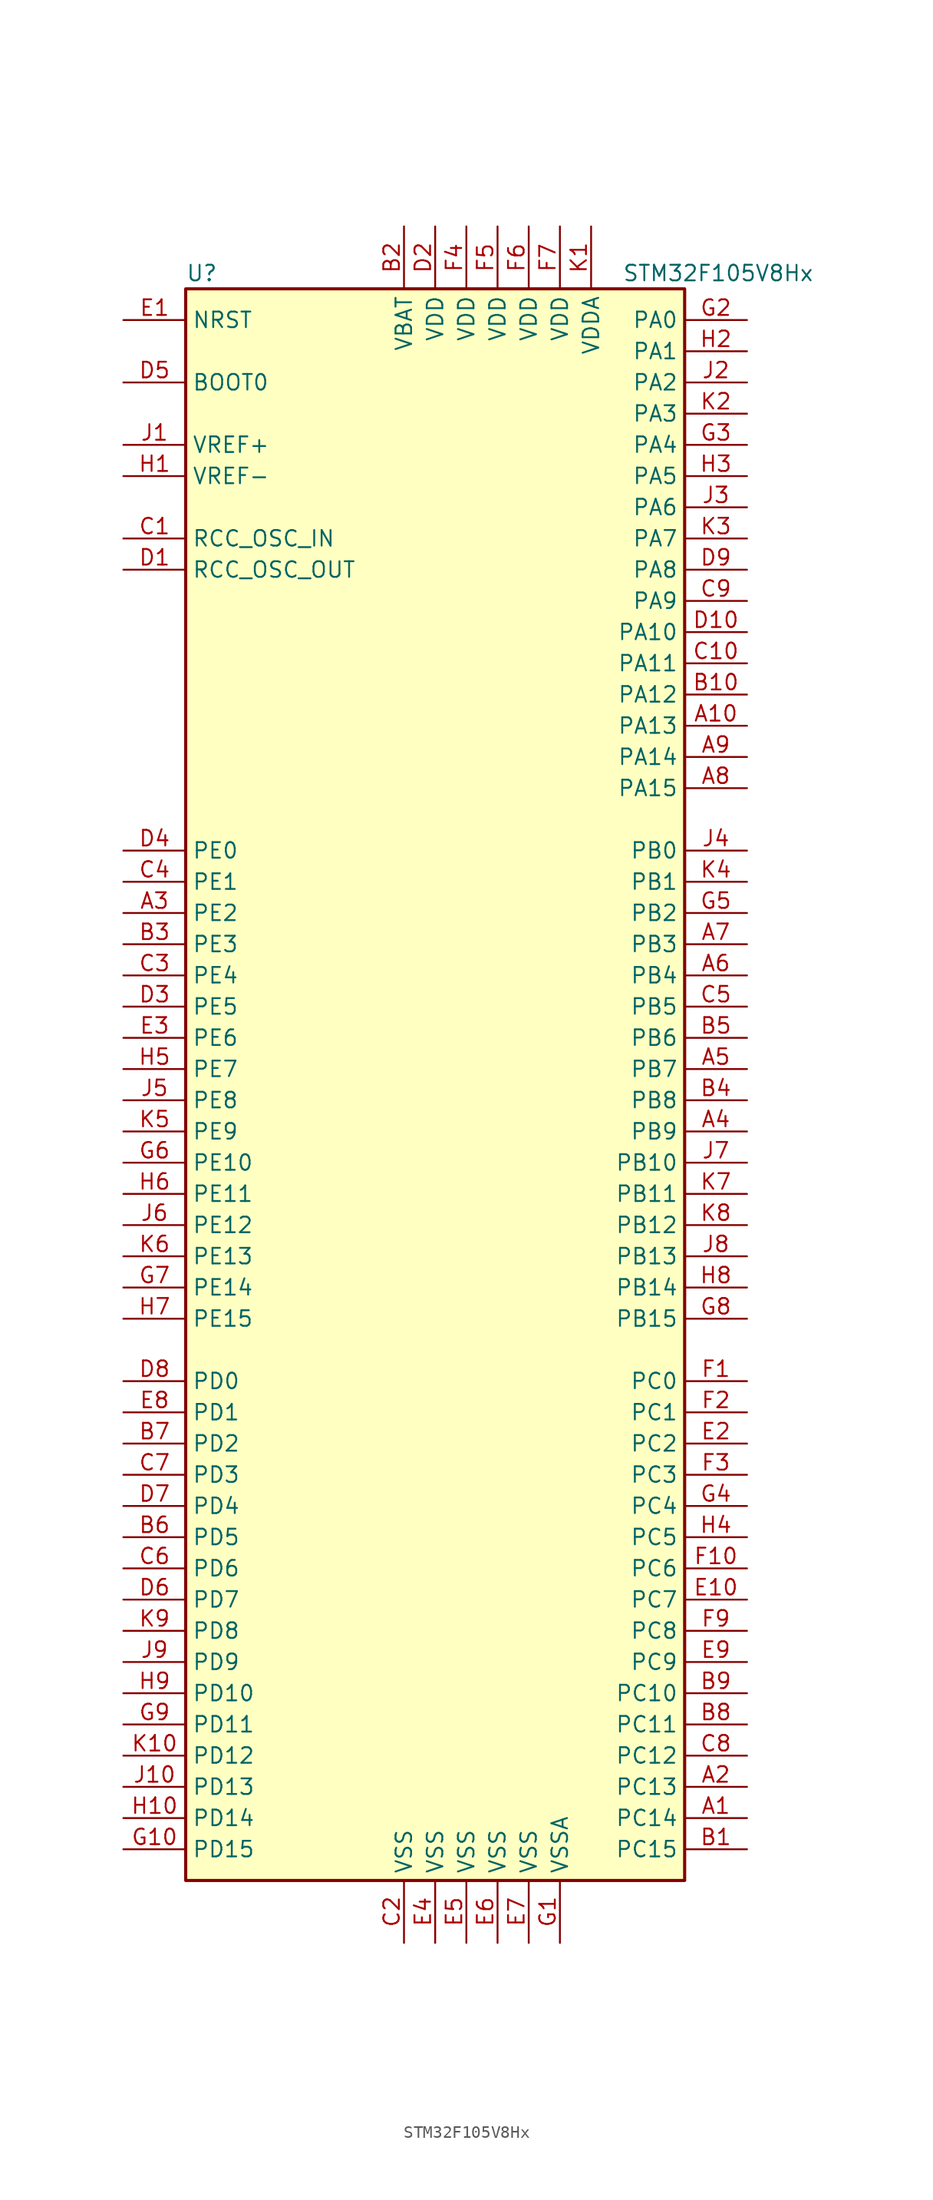
<source format=kicad_sym>
(kicad_symbol_lib
  (version 20201005)
  (generator kicad_symbol_editor)
  (symbol "STM32F105V8Hx"
    (property "Reference" "U"
      (at -20.32 64.77 0)
      (effects (font (size 1.27 1.27)) (justify left)))
    (property "Value" "STM32F105V8Hx"
      (at 15.24 64.77 0)
      (effects (font (size 1.27 1.27)) (justify left)))
    (symbol "STM32F105V8Hx_0_1"
      (rectangle (start -20.32 -66.04) (end 20.32 63.5) (stroke (width 0.254)) (fill (type background))))
    (symbol "STM32F105V8Hx_1_1"
      (pin input line (at -25.4 55.88 0) (length 5.08) (name "BOOT0" (effects (font (size 1.27 1.27)))) (number "D5" (effects (font (size 1.27 1.27)))))
      (pin no_connect line (at -20.32 -63.5 0) (length 5.08) hide (name "NC" (effects (font (size 1.27 1.27)))) (number "F8" (effects (font (size 1.27 1.27)))))
      (pin input line (at -25.4 60.96 0) (length 5.08) (name "NRST" (effects (font (size 1.27 1.27)))) (number "E1" (effects (font (size 1.27 1.27)))))
      (pin bidirectional line (at 25.4 60.96 180) (length 5.08) (name "PA0" (effects (font (size 1.27 1.27)))) (number "G2" (effects (font (size 1.27 1.27)))))
      (pin bidirectional line (at 25.4 58.42 180) (length 5.08) (name "PA1" (effects (font (size 1.27 1.27)))) (number "H2" (effects (font (size 1.27 1.27)))))
      (pin bidirectional line (at 25.4 35.56 180) (length 5.08) (name "PA10" (effects (font (size 1.27 1.27)))) (number "D10" (effects (font (size 1.27 1.27)))))
      (pin bidirectional line (at 25.4 33.02 180) (length 5.08) (name "PA11" (effects (font (size 1.27 1.27)))) (number "C10" (effects (font (size 1.27 1.27)))))
      (pin bidirectional line (at 25.4 30.48 180) (length 5.08) (name "PA12" (effects (font (size 1.27 1.27)))) (number "B10" (effects (font (size 1.27 1.27)))))
      (pin bidirectional line (at 25.4 27.94 180) (length 5.08) (name "PA13" (effects (font (size 1.27 1.27)))) (number "A10" (effects (font (size 1.27 1.27)))))
      (pin bidirectional line (at 25.4 25.4 180) (length 5.08) (name "PA14" (effects (font (size 1.27 1.27)))) (number "A9" (effects (font (size 1.27 1.27)))))
      (pin bidirectional line (at 25.4 22.86 180) (length 5.08) (name "PA15" (effects (font (size 1.27 1.27)))) (number "A8" (effects (font (size 1.27 1.27)))))
      (pin bidirectional line (at 25.4 55.88 180) (length 5.08) (name "PA2" (effects (font (size 1.27 1.27)))) (number "J2" (effects (font (size 1.27 1.27)))))
      (pin bidirectional line (at 25.4 53.34 180) (length 5.08) (name "PA3" (effects (font (size 1.27 1.27)))) (number "K2" (effects (font (size 1.27 1.27)))))
      (pin bidirectional line (at 25.4 50.8 180) (length 5.08) (name "PA4" (effects (font (size 1.27 1.27)))) (number "G3" (effects (font (size 1.27 1.27)))))
      (pin bidirectional line (at 25.4 48.26 180) (length 5.08) (name "PA5" (effects (font (size 1.27 1.27)))) (number "H3" (effects (font (size 1.27 1.27)))))
      (pin bidirectional line (at 25.4 45.72 180) (length 5.08) (name "PA6" (effects (font (size 1.27 1.27)))) (number "J3" (effects (font (size 1.27 1.27)))))
      (pin bidirectional line (at 25.4 43.18 180) (length 5.08) (name "PA7" (effects (font (size 1.27 1.27)))) (number "K3" (effects (font (size 1.27 1.27)))))
      (pin bidirectional line (at 25.4 40.64 180) (length 5.08) (name "PA8" (effects (font (size 1.27 1.27)))) (number "D9" (effects (font (size 1.27 1.27)))))
      (pin bidirectional line (at 25.4 38.1 180) (length 5.08) (name "PA9" (effects (font (size 1.27 1.27)))) (number "C9" (effects (font (size 1.27 1.27)))))
      (pin bidirectional line (at 25.4 17.78 180) (length 5.08) (name "PB0" (effects (font (size 1.27 1.27)))) (number "J4" (effects (font (size 1.27 1.27)))))
      (pin bidirectional line (at 25.4 15.24 180) (length 5.08) (name "PB1" (effects (font (size 1.27 1.27)))) (number "K4" (effects (font (size 1.27 1.27)))))
      (pin bidirectional line (at 25.4 -7.62 180) (length 5.08) (name "PB10" (effects (font (size 1.27 1.27)))) (number "J7" (effects (font (size 1.27 1.27)))))
      (pin bidirectional line (at 25.4 -10.16 180) (length 5.08) (name "PB11" (effects (font (size 1.27 1.27)))) (number "K7" (effects (font (size 1.27 1.27)))))
      (pin bidirectional line (at 25.4 -12.7 180) (length 5.08) (name "PB12" (effects (font (size 1.27 1.27)))) (number "K8" (effects (font (size 1.27 1.27)))))
      (pin bidirectional line (at 25.4 -15.24 180) (length 5.08) (name "PB13" (effects (font (size 1.27 1.27)))) (number "J8" (effects (font (size 1.27 1.27)))))
      (pin bidirectional line (at 25.4 -17.78 180) (length 5.08) (name "PB14" (effects (font (size 1.27 1.27)))) (number "H8" (effects (font (size 1.27 1.27)))))
      (pin bidirectional line (at 25.4 -20.32 180) (length 5.08) (name "PB15" (effects (font (size 1.27 1.27)))) (number "G8" (effects (font (size 1.27 1.27)))))
      (pin bidirectional line (at 25.4 12.7 180) (length 5.08) (name "PB2" (effects (font (size 1.27 1.27)))) (number "G5" (effects (font (size 1.27 1.27)))))
      (pin bidirectional line (at 25.4 10.16 180) (length 5.08) (name "PB3" (effects (font (size 1.27 1.27)))) (number "A7" (effects (font (size 1.27 1.27)))))
      (pin bidirectional line (at 25.4 7.62 180) (length 5.08) (name "PB4" (effects (font (size 1.27 1.27)))) (number "A6" (effects (font (size 1.27 1.27)))))
      (pin bidirectional line (at 25.4 5.08 180) (length 5.08) (name "PB5" (effects (font (size 1.27 1.27)))) (number "C5" (effects (font (size 1.27 1.27)))))
      (pin bidirectional line (at 25.4 2.54 180) (length 5.08) (name "PB6" (effects (font (size 1.27 1.27)))) (number "B5" (effects (font (size 1.27 1.27)))))
      (pin bidirectional line (at 25.4 0 180) (length 5.08) (name "PB7" (effects (font (size 1.27 1.27)))) (number "A5" (effects (font (size 1.27 1.27)))))
      (pin bidirectional line (at 25.4 -2.54 180) (length 5.08) (name "PB8" (effects (font (size 1.27 1.27)))) (number "B4" (effects (font (size 1.27 1.27)))))
      (pin bidirectional line (at 25.4 -5.08 180) (length 5.08) (name "PB9" (effects (font (size 1.27 1.27)))) (number "A4" (effects (font (size 1.27 1.27)))))
      (pin bidirectional line (at 25.4 -25.4 180) (length 5.08) (name "PC0" (effects (font (size 1.27 1.27)))) (number "F1" (effects (font (size 1.27 1.27)))))
      (pin bidirectional line (at 25.4 -27.94 180) (length 5.08) (name "PC1" (effects (font (size 1.27 1.27)))) (number "F2" (effects (font (size 1.27 1.27)))))
      (pin bidirectional line (at 25.4 -50.8 180) (length 5.08) (name "PC10" (effects (font (size 1.27 1.27)))) (number "B9" (effects (font (size 1.27 1.27)))))
      (pin bidirectional line (at 25.4 -53.34 180) (length 5.08) (name "PC11" (effects (font (size 1.27 1.27)))) (number "B8" (effects (font (size 1.27 1.27)))))
      (pin bidirectional line (at 25.4 -55.88 180) (length 5.08) (name "PC12" (effects (font (size 1.27 1.27)))) (number "C8" (effects (font (size 1.27 1.27)))))
      (pin bidirectional line (at 25.4 -58.42 180) (length 5.08) (name "PC13" (effects (font (size 1.27 1.27)))) (number "A2" (effects (font (size 1.27 1.27)))))
      (pin bidirectional line (at 25.4 -60.96 180) (length 5.08) (name "PC14" (effects (font (size 1.27 1.27)))) (number "A1" (effects (font (size 1.27 1.27)))))
      (pin bidirectional line (at 25.4 -63.5 180) (length 5.08) (name "PC15" (effects (font (size 1.27 1.27)))) (number "B1" (effects (font (size 1.27 1.27)))))
      (pin bidirectional line (at 25.4 -30.48 180) (length 5.08) (name "PC2" (effects (font (size 1.27 1.27)))) (number "E2" (effects (font (size 1.27 1.27)))))
      (pin bidirectional line (at 25.4 -33.02 180) (length 5.08) (name "PC3" (effects (font (size 1.27 1.27)))) (number "F3" (effects (font (size 1.27 1.27)))))
      (pin bidirectional line (at 25.4 -35.56 180) (length 5.08) (name "PC4" (effects (font (size 1.27 1.27)))) (number "G4" (effects (font (size 1.27 1.27)))))
      (pin bidirectional line (at 25.4 -38.1 180) (length 5.08) (name "PC5" (effects (font (size 1.27 1.27)))) (number "H4" (effects (font (size 1.27 1.27)))))
      (pin bidirectional line (at 25.4 -40.64 180) (length 5.08) (name "PC6" (effects (font (size 1.27 1.27)))) (number "F10" (effects (font (size 1.27 1.27)))))
      (pin bidirectional line (at 25.4 -43.18 180) (length 5.08) (name "PC7" (effects (font (size 1.27 1.27)))) (number "E10" (effects (font (size 1.27 1.27)))))
      (pin bidirectional line (at 25.4 -45.72 180) (length 5.08) (name "PC8" (effects (font (size 1.27 1.27)))) (number "F9" (effects (font (size 1.27 1.27)))))
      (pin bidirectional line (at 25.4 -48.26 180) (length 5.08) (name "PC9" (effects (font (size 1.27 1.27)))) (number "E9" (effects (font (size 1.27 1.27)))))
      (pin bidirectional line (at -25.4 -25.4 0) (length 5.08) (name "PD0" (effects (font (size 1.27 1.27)))) (number "D8" (effects (font (size 1.27 1.27)))))
      (pin bidirectional line (at -25.4 -27.94 0) (length 5.08) (name "PD1" (effects (font (size 1.27 1.27)))) (number "E8" (effects (font (size 1.27 1.27)))))
      (pin bidirectional line (at -25.4 -50.8 0) (length 5.08) (name "PD10" (effects (font (size 1.27 1.27)))) (number "H9" (effects (font (size 1.27 1.27)))))
      (pin bidirectional line (at -25.4 -53.34 0) (length 5.08) (name "PD11" (effects (font (size 1.27 1.27)))) (number "G9" (effects (font (size 1.27 1.27)))))
      (pin bidirectional line (at -25.4 -55.88 0) (length 5.08) (name "PD12" (effects (font (size 1.27 1.27)))) (number "K10" (effects (font (size 1.27 1.27)))))
      (pin bidirectional line (at -25.4 -58.42 0) (length 5.08) (name "PD13" (effects (font (size 1.27 1.27)))) (number "J10" (effects (font (size 1.27 1.27)))))
      (pin bidirectional line (at -25.4 -60.96 0) (length 5.08) (name "PD14" (effects (font (size 1.27 1.27)))) (number "H10" (effects (font (size 1.27 1.27)))))
      (pin bidirectional line (at -25.4 -63.5 0) (length 5.08) (name "PD15" (effects (font (size 1.27 1.27)))) (number "G10" (effects (font (size 1.27 1.27)))))
      (pin bidirectional line (at -25.4 -30.48 0) (length 5.08) (name "PD2" (effects (font (size 1.27 1.27)))) (number "B7" (effects (font (size 1.27 1.27)))))
      (pin bidirectional line (at -25.4 -33.02 0) (length 5.08) (name "PD3" (effects (font (size 1.27 1.27)))) (number "C7" (effects (font (size 1.27 1.27)))))
      (pin bidirectional line (at -25.4 -35.56 0) (length 5.08) (name "PD4" (effects (font (size 1.27 1.27)))) (number "D7" (effects (font (size 1.27 1.27)))))
      (pin bidirectional line (at -25.4 -38.1 0) (length 5.08) (name "PD5" (effects (font (size 1.27 1.27)))) (number "B6" (effects (font (size 1.27 1.27)))))
      (pin bidirectional line (at -25.4 -40.64 0) (length 5.08) (name "PD6" (effects (font (size 1.27 1.27)))) (number "C6" (effects (font (size 1.27 1.27)))))
      (pin bidirectional line (at -25.4 -43.18 0) (length 5.08) (name "PD7" (effects (font (size 1.27 1.27)))) (number "D6" (effects (font (size 1.27 1.27)))))
      (pin bidirectional line (at -25.4 -45.72 0) (length 5.08) (name "PD8" (effects (font (size 1.27 1.27)))) (number "K9" (effects (font (size 1.27 1.27)))))
      (pin bidirectional line (at -25.4 -48.26 0) (length 5.08) (name "PD9" (effects (font (size 1.27 1.27)))) (number "J9" (effects (font (size 1.27 1.27)))))
      (pin bidirectional line (at -25.4 17.78 0) (length 5.08) (name "PE0" (effects (font (size 1.27 1.27)))) (number "D4" (effects (font (size 1.27 1.27)))))
      (pin bidirectional line (at -25.4 15.24 0) (length 5.08) (name "PE1" (effects (font (size 1.27 1.27)))) (number "C4" (effects (font (size 1.27 1.27)))))
      (pin bidirectional line (at -25.4 -7.62 0) (length 5.08) (name "PE10" (effects (font (size 1.27 1.27)))) (number "G6" (effects (font (size 1.27 1.27)))))
      (pin bidirectional line (at -25.4 -10.16 0) (length 5.08) (name "PE11" (effects (font (size 1.27 1.27)))) (number "H6" (effects (font (size 1.27 1.27)))))
      (pin bidirectional line (at -25.4 -12.7 0) (length 5.08) (name "PE12" (effects (font (size 1.27 1.27)))) (number "J6" (effects (font (size 1.27 1.27)))))
      (pin bidirectional line (at -25.4 -15.24 0) (length 5.08) (name "PE13" (effects (font (size 1.27 1.27)))) (number "K6" (effects (font (size 1.27 1.27)))))
      (pin bidirectional line (at -25.4 -17.78 0) (length 5.08) (name "PE14" (effects (font (size 1.27 1.27)))) (number "G7" (effects (font (size 1.27 1.27)))))
      (pin bidirectional line (at -25.4 -20.32 0) (length 5.08) (name "PE15" (effects (font (size 1.27 1.27)))) (number "H7" (effects (font (size 1.27 1.27)))))
      (pin bidirectional line (at -25.4 12.7 0) (length 5.08) (name "PE2" (effects (font (size 1.27 1.27)))) (number "A3" (effects (font (size 1.27 1.27)))))
      (pin bidirectional line (at -25.4 10.16 0) (length 5.08) (name "PE3" (effects (font (size 1.27 1.27)))) (number "B3" (effects (font (size 1.27 1.27)))))
      (pin bidirectional line (at -25.4 7.62 0) (length 5.08) (name "PE4" (effects (font (size 1.27 1.27)))) (number "C3" (effects (font (size 1.27 1.27)))))
      (pin bidirectional line (at -25.4 5.08 0) (length 5.08) (name "PE5" (effects (font (size 1.27 1.27)))) (number "D3" (effects (font (size 1.27 1.27)))))
      (pin bidirectional line (at -25.4 2.54 0) (length 5.08) (name "PE6" (effects (font (size 1.27 1.27)))) (number "E3" (effects (font (size 1.27 1.27)))))
      (pin bidirectional line (at -25.4 0 0) (length 5.08) (name "PE7" (effects (font (size 1.27 1.27)))) (number "H5" (effects (font (size 1.27 1.27)))))
      (pin bidirectional line (at -25.4 -2.54 0) (length 5.08) (name "PE8" (effects (font (size 1.27 1.27)))) (number "J5" (effects (font (size 1.27 1.27)))))
      (pin bidirectional line (at -25.4 -5.08 0) (length 5.08) (name "PE9" (effects (font (size 1.27 1.27)))) (number "K5" (effects (font (size 1.27 1.27)))))
      (pin input line (at -25.4 43.18 0) (length 5.08) (name "RCC_OSC_IN" (effects (font (size 1.27 1.27)))) (number "C1" (effects (font (size 1.27 1.27)))))
      (pin input line (at -25.4 40.64 0) (length 5.08) (name "RCC_OSC_OUT" (effects (font (size 1.27 1.27)))) (number "D1" (effects (font (size 1.27 1.27)))))
      (pin power_in line (at -2.54 68.58 270) (length 5.08) (name "VBAT" (effects (font (size 1.27 1.27)))) (number "B2" (effects (font (size 1.27 1.27)))))
      (pin power_in line (at 0 68.58 270) (length 5.08) (name "VDD" (effects (font (size 1.27 1.27)))) (number "D2" (effects (font (size 1.27 1.27)))))
      (pin power_in line (at 2.54 68.58 270) (length 5.08) (name "VDD" (effects (font (size 1.27 1.27)))) (number "F4" (effects (font (size 1.27 1.27)))))
      (pin power_in line (at 5.08 68.58 270) (length 5.08) (name "VDD" (effects (font (size 1.27 1.27)))) (number "F5" (effects (font (size 1.27 1.27)))))
      (pin power_in line (at 7.62 68.58 270) (length 5.08) (name "VDD" (effects (font (size 1.27 1.27)))) (number "F6" (effects (font (size 1.27 1.27)))))
      (pin power_in line (at 10.16 68.58 270) (length 5.08) (name "VDD" (effects (font (size 1.27 1.27)))) (number "F7" (effects (font (size 1.27 1.27)))))
      (pin power_in line (at 12.7 68.58 270) (length 5.08) (name "VDDA" (effects (font (size 1.27 1.27)))) (number "K1" (effects (font (size 1.27 1.27)))))
      (pin power_in line (at -25.4 50.8 0) (length 5.08) (name "VREF+" (effects (font (size 1.27 1.27)))) (number "J1" (effects (font (size 1.27 1.27)))))
      (pin power_in line (at -25.4 48.26 0) (length 5.08) (name "VREF-" (effects (font (size 1.27 1.27)))) (number "H1" (effects (font (size 1.27 1.27)))))
      (pin power_in line (at -2.54 -71.12 90) (length 5.08) (name "VSS" (effects (font (size 1.27 1.27)))) (number "C2" (effects (font (size 1.27 1.27)))))
      (pin power_in line (at 0 -71.12 90) (length 5.08) (name "VSS" (effects (font (size 1.27 1.27)))) (number "E4" (effects (font (size 1.27 1.27)))))
      (pin power_in line (at 2.54 -71.12 90) (length 5.08) (name "VSS" (effects (font (size 1.27 1.27)))) (number "E5" (effects (font (size 1.27 1.27)))))
      (pin power_in line (at 5.08 -71.12 90) (length 5.08) (name "VSS" (effects (font (size 1.27 1.27)))) (number "E6" (effects (font (size 1.27 1.27)))))
      (pin power_in line (at 7.62 -71.12 90) (length 5.08) (name "VSS" (effects (font (size 1.27 1.27)))) (number "E7" (effects (font (size 1.27 1.27)))))
      (pin power_in line (at 10.16 -71.12 90) (length 5.08) (name "VSSA" (effects (font (size 1.27 1.27)))) (number "G1" (effects (font (size 1.27 1.27))))))))
</source>
